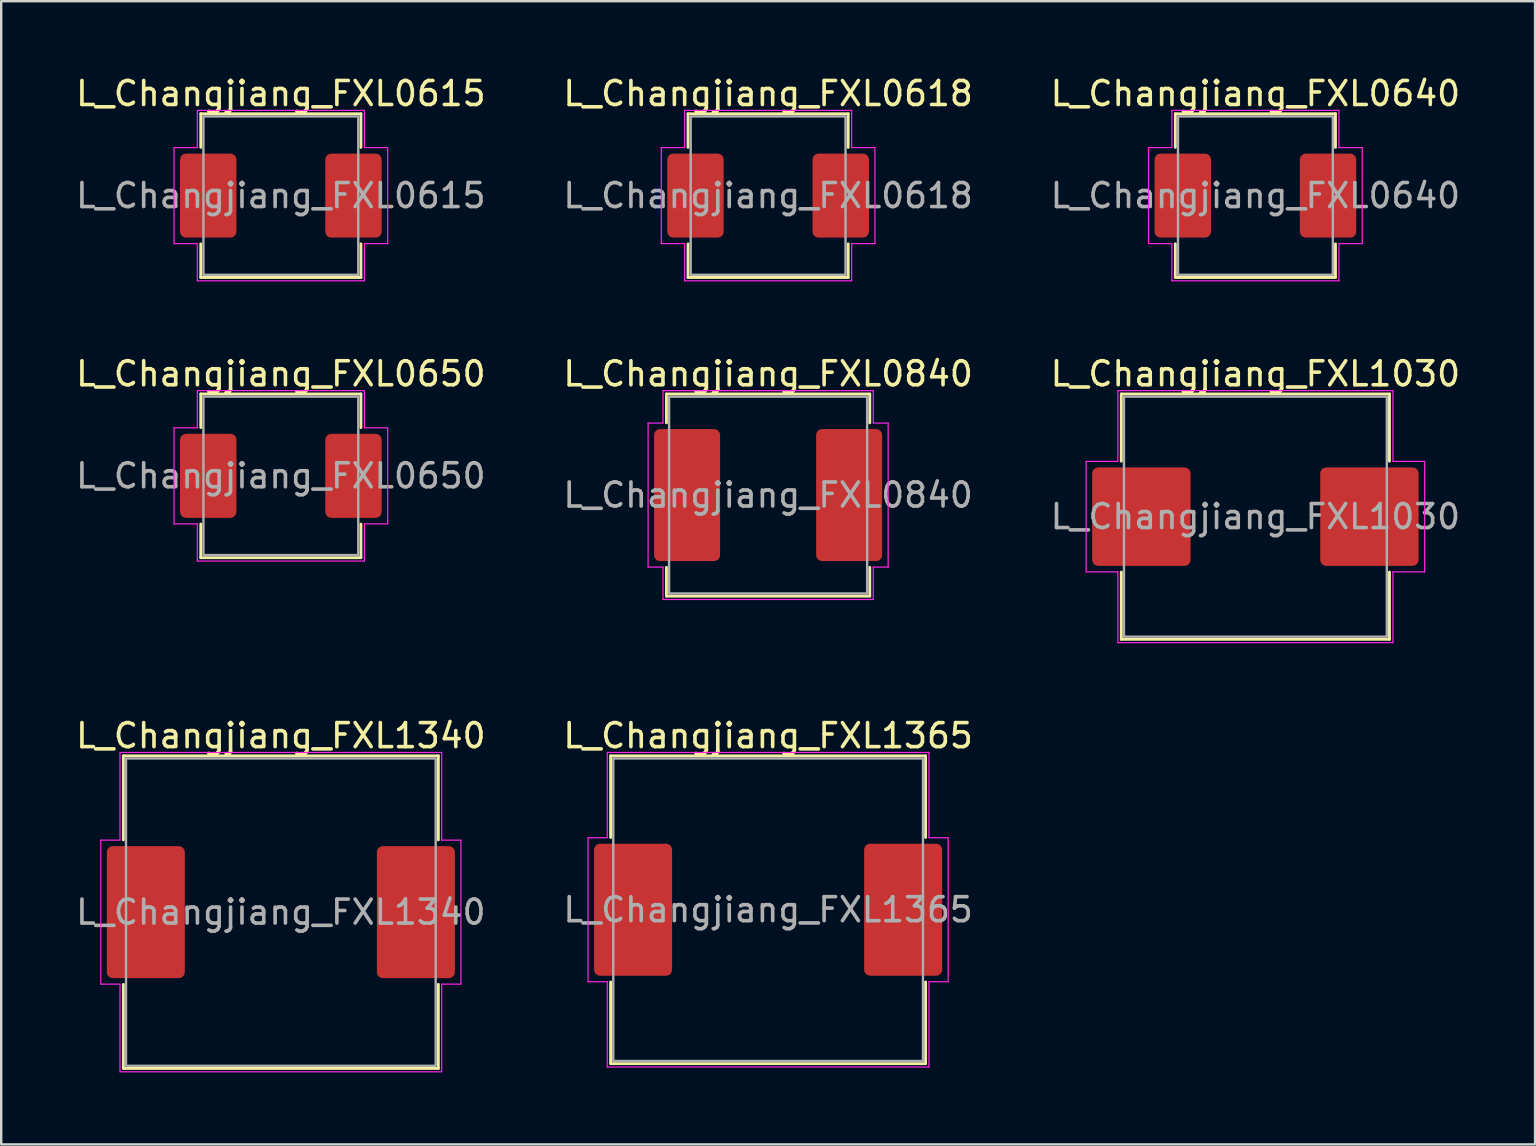
<source format=kicad_pcb>
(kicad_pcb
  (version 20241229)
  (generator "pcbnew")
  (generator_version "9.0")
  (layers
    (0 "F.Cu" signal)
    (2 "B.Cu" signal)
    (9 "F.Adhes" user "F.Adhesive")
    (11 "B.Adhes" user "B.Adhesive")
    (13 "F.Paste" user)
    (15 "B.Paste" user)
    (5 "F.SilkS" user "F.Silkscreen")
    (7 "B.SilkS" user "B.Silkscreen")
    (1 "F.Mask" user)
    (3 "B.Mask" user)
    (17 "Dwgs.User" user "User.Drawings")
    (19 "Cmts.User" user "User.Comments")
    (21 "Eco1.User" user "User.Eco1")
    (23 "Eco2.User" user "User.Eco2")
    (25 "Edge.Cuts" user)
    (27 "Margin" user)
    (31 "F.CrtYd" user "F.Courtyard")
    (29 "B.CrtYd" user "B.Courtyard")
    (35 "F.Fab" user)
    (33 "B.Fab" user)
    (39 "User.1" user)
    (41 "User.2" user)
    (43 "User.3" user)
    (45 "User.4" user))
  (footprint "L_Changjiang_FXL0840"
    (layer "F.Cu")
    (at 28.946 17.572)
    (property "Reference" "L_Changjiang_FXL0840" (at 0 -5.05 0) (layer "F.SilkS") (effects (font (size 1 1) (thickness 0.15))))
    (attr smd)
    (fp_line (start -4.235 -4.21) (end 4.235 -4.21) (stroke (width 0.12) (type solid)) (layer "F.SilkS"))
    (fp_line (start -4.235 -3.01) (end -4.235 -4.21) (stroke (width 0.12) (type solid)) (layer "F.SilkS"))
    (fp_line (start -4.235 4.21) (end -4.235 3.01) (stroke (width 0.12) (type solid)) (layer "F.SilkS"))
    (fp_line (start 4.235 -4.21) (end 4.235 -3.01) (stroke (width 0.12) (type solid)) (layer "F.SilkS"))
    (fp_line (start 4.235 3.01) (end 4.235 4.21) (stroke (width 0.12) (type solid)) (layer "F.SilkS"))
    (fp_line (start 4.235 4.21) (end -4.235 4.21) (stroke (width 0.12) (type solid)) (layer "F.SilkS"))
    (fp_line (start -5 -3) (end -4.38 -3) (stroke (width 0.05) (type solid)) (layer "F.CrtYd"))
    (fp_line (start -5 3) (end -5 -3) (stroke (width 0.05) (type solid)) (layer "F.CrtYd"))
    (fp_line (start -4.38 -4.35) (end 4.38 -4.35) (stroke (width 0.05) (type solid)) (layer "F.CrtYd"))
    (fp_line (start -4.38 -3) (end -4.38 -4.35) (stroke (width 0.05) (type solid)) (layer "F.CrtYd"))
    (fp_line (start -4.38 3) (end -5 3) (stroke (width 0.05) (type solid)) (layer "F.CrtYd"))
    (fp_line (start -4.38 4.35) (end -4.38 3) (stroke (width 0.05) (type solid)) (layer "F.CrtYd"))
    (fp_line (start 4.38 -4.35) (end 4.38 -3) (stroke (width 0.05) (type solid)) (layer "F.CrtYd"))
    (fp_line (start 4.38 -3) (end 5 -3) (stroke (width 0.05) (type solid)) (layer "F.CrtYd"))
    (fp_line (start 4.38 3) (end 4.38 4.35) (stroke (width 0.05) (type solid)) (layer "F.CrtYd"))
    (fp_line (start 4.38 4.35) (end -4.38 4.35) (stroke (width 0.05) (type solid)) (layer "F.CrtYd"))
    (fp_line (start 5 -3) (end 5 3) (stroke (width 0.05) (type solid)) (layer "F.CrtYd"))
    (fp_line (start 5 3) (end 4.38 3) (stroke (width 0.05) (type solid)) (layer "F.CrtYd"))
    (fp_rect (start -4.125 -4.1) (end 4.125 4.1) (stroke (width 0.1) (type solid)) (fill no) (layer "F.Fab"))
    (fp_text user "${REFERENCE}" (at 0 0 0) (layer "F.Fab") (effects (font (size 1 1) (thickness 0.15))))
    (pad "1" smd roundrect (at -3.375 0) (size 2.75 5.5) (layers "F.Cu" "F.Mask" "F.Paste") (roundrect_rratio 0.091))
    (pad "2" smd roundrect (at 3.375 0) (size 2.75 5.5) (layers "F.Cu" "F.Mask" "F.Paste") (roundrect_rratio 0.091)))
  (footprint "L_Changjiang_FXL0640"
    (layer "F.Cu")
    (at 49.244 5.098)
    (property "Reference" "L_Changjiang_FXL0640" (at 0 -4.25 0) (layer "F.SilkS") (effects (font (size 1 1) (thickness 0.15))))
    (attr smd)
    (fp_line (start -3.335 -3.41) (end 3.335 -3.41) (stroke (width 0.12) (type solid)) (layer "F.SilkS"))
    (fp_line (start -3.335 -2.01) (end -3.335 -3.41) (stroke (width 0.12) (type solid)) (layer "F.SilkS"))
    (fp_line (start -3.335 3.41) (end -3.335 2.01) (stroke (width 0.12) (type solid)) (layer "F.SilkS"))
    (fp_line (start 3.335 -3.41) (end 3.335 -2.01) (stroke (width 0.12) (type solid)) (layer "F.SilkS"))
    (fp_line (start 3.335 2.01) (end 3.335 3.41) (stroke (width 0.12) (type solid)) (layer "F.SilkS"))
    (fp_line (start 3.335 3.41) (end -3.335 3.41) (stroke (width 0.12) (type solid)) (layer "F.SilkS"))
    (fp_line (start -4.45 -2) (end -3.48 -2) (stroke (width 0.05) (type solid)) (layer "F.CrtYd"))
    (fp_line (start -4.45 2) (end -4.45 -2) (stroke (width 0.05) (type solid)) (layer "F.CrtYd"))
    (fp_line (start -3.48 -3.55) (end 3.48 -3.55) (stroke (width 0.05) (type solid)) (layer "F.CrtYd"))
    (fp_line (start -3.48 -2) (end -3.48 -3.55) (stroke (width 0.05) (type solid)) (layer "F.CrtYd"))
    (fp_line (start -3.48 2) (end -4.45 2) (stroke (width 0.05) (type solid)) (layer "F.CrtYd"))
    (fp_line (start -3.48 3.55) (end -3.48 2) (stroke (width 0.05) (type solid)) (layer "F.CrtYd"))
    (fp_line (start 3.48 -3.55) (end 3.48 -2) (stroke (width 0.05) (type solid)) (layer "F.CrtYd"))
    (fp_line (start 3.48 -2) (end 4.45 -2) (stroke (width 0.05) (type solid)) (layer "F.CrtYd"))
    (fp_line (start 3.48 2) (end 3.48 3.55) (stroke (width 0.05) (type solid)) (layer "F.CrtYd"))
    (fp_line (start 3.48 3.55) (end -3.48 3.55) (stroke (width 0.05) (type solid)) (layer "F.CrtYd"))
    (fp_line (start 4.45 -2) (end 4.45 2) (stroke (width 0.05) (type solid)) (layer "F.CrtYd"))
    (fp_line (start 4.45 2) (end 3.48 2) (stroke (width 0.05) (type solid)) (layer "F.CrtYd"))
    (fp_rect (start -3.225 -3.3) (end 3.225 3.3) (stroke (width 0.1) (type solid)) (fill no) (layer "F.Fab"))
    (fp_text user "${REFERENCE}" (at 0 0 0) (layer "F.Fab") (effects (font (size 1 1) (thickness 0.15))))
    (pad "1" smd roundrect (at -3.025 0) (size 2.35 3.5) (layers "F.Cu" "F.Mask" "F.Paste") (roundrect_rratio 0.106))
    (pad "2" smd roundrect (at 3.025 0) (size 2.35 3.5) (layers "F.Cu" "F.Mask" "F.Paste") (roundrect_rratio 0.106)))
  (footprint "L_Changjiang_FXL1365"
    (layer "F.Cu")
    (at 28.946 34.845)
    (property "Reference" "L_Changjiang_FXL1365" (at 0 -7.25 0) (layer "F.SilkS") (effects (font (size 1 1) (thickness 0.15))))
    (attr smd)
    (fp_line (start -6.56 -6.41) (end 6.56 -6.41) (stroke (width 0.12) (type solid)) (layer "F.SilkS"))
    (fp_line (start -6.56 -3.01) (end -6.56 -6.41) (stroke (width 0.12) (type solid)) (layer "F.SilkS"))
    (fp_line (start -6.56 6.41) (end -6.56 3.01) (stroke (width 0.12) (type solid)) (layer "F.SilkS"))
    (fp_line (start 6.56 -6.41) (end 6.56 -3.01) (stroke (width 0.12) (type solid)) (layer "F.SilkS"))
    (fp_line (start 6.56 3.01) (end 6.56 6.41) (stroke (width 0.12) (type solid)) (layer "F.SilkS"))
    (fp_line (start 6.56 6.41) (end -6.56 6.41) (stroke (width 0.12) (type solid)) (layer "F.SilkS"))
    (fp_line (start -7.5 -3) (end -6.7 -3) (stroke (width 0.05) (type solid)) (layer "F.CrtYd"))
    (fp_line (start -7.5 3) (end -7.5 -3) (stroke (width 0.05) (type solid)) (layer "F.CrtYd"))
    (fp_line (start -6.7 -6.55) (end 6.7 -6.55) (stroke (width 0.05) (type solid)) (layer "F.CrtYd"))
    (fp_line (start -6.7 -3) (end -6.7 -6.55) (stroke (width 0.05) (type solid)) (layer "F.CrtYd"))
    (fp_line (start -6.7 3) (end -7.5 3) (stroke (width 0.05) (type solid)) (layer "F.CrtYd"))
    (fp_line (start -6.7 6.55) (end -6.7 3) (stroke (width 0.05) (type solid)) (layer "F.CrtYd"))
    (fp_line (start 6.7 -6.55) (end 6.7 -3) (stroke (width 0.05) (type solid)) (layer "F.CrtYd"))
    (fp_line (start 6.7 -3) (end 7.5 -3) (stroke (width 0.05) (type solid)) (layer "F.CrtYd"))
    (fp_line (start 6.7 3) (end 6.7 6.55) (stroke (width 0.05) (type solid)) (layer "F.CrtYd"))
    (fp_line (start 6.7 6.55) (end -6.7 6.55) (stroke (width 0.05) (type solid)) (layer "F.CrtYd"))
    (fp_line (start 7.5 -3) (end 7.5 3) (stroke (width 0.05) (type solid)) (layer "F.CrtYd"))
    (fp_line (start 7.5 3) (end 6.7 3) (stroke (width 0.05) (type solid)) (layer "F.CrtYd"))
    (fp_rect (start -6.45 -6.3) (end 6.45 6.3) (stroke (width 0.1) (type solid)) (fill no) (layer "F.Fab"))
    (fp_text user "${REFERENCE}" (at 0 0 0) (layer "F.Fab") (effects (font (size 1 1) (thickness 0.15))))
    (pad "1" smd roundrect (at -5.625 0) (size 3.25 5.5) (layers "F.Cu" "F.Mask" "F.Paste") (roundrect_rratio 0.077))
    (pad "2" smd roundrect (at 5.625 0) (size 3.25 5.5) (layers "F.Cu" "F.Mask" "F.Paste") (roundrect_rratio 0.077)))
  (footprint "L_Changjiang_FXL0615"
    (layer "F.Cu")
    (at 8.649 5.098)
    (property "Reference" "L_Changjiang_FXL0615" (at 0 -4.25 0) (layer "F.SilkS") (effects (font (size 1 1) (thickness 0.15))))
    (attr smd)
    (fp_line (start -3.335 -3.41) (end 3.335 -3.41) (stroke (width 0.12) (type solid)) (layer "F.SilkS"))
    (fp_line (start -3.335 -2.01) (end -3.335 -3.41) (stroke (width 0.12) (type solid)) (layer "F.SilkS"))
    (fp_line (start -3.335 3.41) (end -3.335 2.01) (stroke (width 0.12) (type solid)) (layer "F.SilkS"))
    (fp_line (start 3.335 -3.41) (end 3.335 -2.01) (stroke (width 0.12) (type solid)) (layer "F.SilkS"))
    (fp_line (start 3.335 2.01) (end 3.335 3.41) (stroke (width 0.12) (type solid)) (layer "F.SilkS"))
    (fp_line (start 3.335 3.41) (end -3.335 3.41) (stroke (width 0.12) (type solid)) (layer "F.SilkS"))
    (fp_line (start -4.45 -2) (end -3.48 -2) (stroke (width 0.05) (type solid)) (layer "F.CrtYd"))
    (fp_line (start -4.45 2) (end -4.45 -2) (stroke (width 0.05) (type solid)) (layer "F.CrtYd"))
    (fp_line (start -3.48 -3.55) (end 3.48 -3.55) (stroke (width 0.05) (type solid)) (layer "F.CrtYd"))
    (fp_line (start -3.48 -2) (end -3.48 -3.55) (stroke (width 0.05) (type solid)) (layer "F.CrtYd"))
    (fp_line (start -3.48 2) (end -4.45 2) (stroke (width 0.05) (type solid)) (layer "F.CrtYd"))
    (fp_line (start -3.48 3.55) (end -3.48 2) (stroke (width 0.05) (type solid)) (layer "F.CrtYd"))
    (fp_line (start 3.48 -3.55) (end 3.48 -2) (stroke (width 0.05) (type solid)) (layer "F.CrtYd"))
    (fp_line (start 3.48 -2) (end 4.45 -2) (stroke (width 0.05) (type solid)) (layer "F.CrtYd"))
    (fp_line (start 3.48 2) (end 3.48 3.55) (stroke (width 0.05) (type solid)) (layer "F.CrtYd"))
    (fp_line (start 3.48 3.55) (end -3.48 3.55) (stroke (width 0.05) (type solid)) (layer "F.CrtYd"))
    (fp_line (start 4.45 -2) (end 4.45 2) (stroke (width 0.05) (type solid)) (layer "F.CrtYd"))
    (fp_line (start 4.45 2) (end 3.48 2) (stroke (width 0.05) (type solid)) (layer "F.CrtYd"))
    (fp_rect (start -3.225 -3.3) (end 3.225 3.3) (stroke (width 0.1) (type solid)) (fill no) (layer "F.Fab"))
    (fp_text user "${REFERENCE}" (at 0 0 0) (layer "F.Fab") (effects (font (size 1 1) (thickness 0.15))))
    (pad "1" smd roundrect (at -3.025 0) (size 2.35 3.5) (layers "F.Cu" "F.Mask" "F.Paste") (roundrect_rratio 0.106))
    (pad "2" smd roundrect (at 3.025 0) (size 2.35 3.5) (layers "F.Cu" "F.Mask" "F.Paste") (roundrect_rratio 0.106)))
  (footprint "L_Changjiang_FXL1340"
    (layer "F.Cu")
    (at 8.649 34.945)
    (property "Reference" "L_Changjiang_FXL1340" (at 0 -7.35 0) (layer "F.SilkS") (effects (font (size 1 1) (thickness 0.15))))
    (attr smd)
    (fp_line (start -6.56 -6.51) (end 6.56 -6.51) (stroke (width 0.12) (type solid)) (layer "F.SilkS"))
    (fp_line (start -6.56 -3.01) (end -6.56 -6.51) (stroke (width 0.12) (type solid)) (layer "F.SilkS"))
    (fp_line (start -6.56 6.51) (end -6.56 3.01) (stroke (width 0.12) (type solid)) (layer "F.SilkS"))
    (fp_line (start 6.56 -6.51) (end 6.56 -3.01) (stroke (width 0.12) (type solid)) (layer "F.SilkS"))
    (fp_line (start 6.56 3.01) (end 6.56 6.51) (stroke (width 0.12) (type solid)) (layer "F.SilkS"))
    (fp_line (start 6.56 6.51) (end -6.56 6.51) (stroke (width 0.12) (type solid)) (layer "F.SilkS"))
    (fp_line (start -7.5 -3) (end -6.7 -3) (stroke (width 0.05) (type solid)) (layer "F.CrtYd"))
    (fp_line (start -7.5 3) (end -7.5 -3) (stroke (width 0.05) (type solid)) (layer "F.CrtYd"))
    (fp_line (start -6.7 -6.65) (end 6.7 -6.65) (stroke (width 0.05) (type solid)) (layer "F.CrtYd"))
    (fp_line (start -6.7 -3) (end -6.7 -6.65) (stroke (width 0.05) (type solid)) (layer "F.CrtYd"))
    (fp_line (start -6.7 3) (end -7.5 3) (stroke (width 0.05) (type solid)) (layer "F.CrtYd"))
    (fp_line (start -6.7 6.65) (end -6.7 3) (stroke (width 0.05) (type solid)) (layer "F.CrtYd"))
    (fp_line (start 6.7 -6.65) (end 6.7 -3) (stroke (width 0.05) (type solid)) (layer "F.CrtYd"))
    (fp_line (start 6.7 -3) (end 7.5 -3) (stroke (width 0.05) (type solid)) (layer "F.CrtYd"))
    (fp_line (start 6.7 3) (end 6.7 6.65) (stroke (width 0.05) (type solid)) (layer "F.CrtYd"))
    (fp_line (start 6.7 6.65) (end -6.7 6.65) (stroke (width 0.05) (type solid)) (layer "F.CrtYd"))
    (fp_line (start 7.5 -3) (end 7.5 3) (stroke (width 0.05) (type solid)) (layer "F.CrtYd"))
    (fp_line (start 7.5 3) (end 6.7 3) (stroke (width 0.05) (type solid)) (layer "F.CrtYd"))
    (fp_rect (start -6.45 -6.4) (end 6.45 6.4) (stroke (width 0.1) (type solid)) (fill no) (layer "F.Fab"))
    (fp_text user "${REFERENCE}" (at 0 0 0) (layer "F.Fab") (effects (font (size 1 1) (thickness 0.15))))
    (pad "1" smd roundrect (at -5.625 0) (size 3.25 5.5) (layers "F.Cu" "F.Mask" "F.Paste") (roundrect_rratio 0.077))
    (pad "2" smd roundrect (at 5.625 0) (size 3.25 5.5) (layers "F.Cu" "F.Mask" "F.Paste") (roundrect_rratio 0.077)))
  (footprint "L_Changjiang_FXL1030"
    (layer "F.Cu")
    (at 49.244 18.471)
    (property "Reference" "L_Changjiang_FXL1030" (at 0 -5.95 0) (layer "F.SilkS") (effects (font (size 1 1) (thickness 0.15))))
    (attr smd)
    (fp_line (start -5.585 -5.11) (end 5.585 -5.11) (stroke (width 0.12) (type solid)) (layer "F.SilkS"))
    (fp_line (start -5.585 -2.31) (end -5.585 -5.11) (stroke (width 0.12) (type solid)) (layer "F.SilkS"))
    (fp_line (start -5.585 5.11) (end -5.585 2.31) (stroke (width 0.12) (type solid)) (layer "F.SilkS"))
    (fp_line (start 5.585 -5.11) (end 5.585 -2.31) (stroke (width 0.12) (type solid)) (layer "F.SilkS"))
    (fp_line (start 5.585 2.31) (end 5.585 5.11) (stroke (width 0.12) (type solid)) (layer "F.SilkS"))
    (fp_line (start 5.585 5.11) (end -5.585 5.11) (stroke (width 0.12) (type solid)) (layer "F.SilkS"))
    (fp_line (start -7.05 -2.3) (end -5.73 -2.3) (stroke (width 0.05) (type solid)) (layer "F.CrtYd"))
    (fp_line (start -7.05 2.3) (end -7.05 -2.3) (stroke (width 0.05) (type solid)) (layer "F.CrtYd"))
    (fp_line (start -5.73 -5.25) (end 5.73 -5.25) (stroke (width 0.05) (type solid)) (layer "F.CrtYd"))
    (fp_line (start -5.73 -2.3) (end -5.73 -5.25) (stroke (width 0.05) (type solid)) (layer "F.CrtYd"))
    (fp_line (start -5.73 2.3) (end -7.05 2.3) (stroke (width 0.05) (type solid)) (layer "F.CrtYd"))
    (fp_line (start -5.73 5.25) (end -5.73 2.3) (stroke (width 0.05) (type solid)) (layer "F.CrtYd"))
    (fp_line (start 5.73 -5.25) (end 5.73 -2.3) (stroke (width 0.05) (type solid)) (layer "F.CrtYd"))
    (fp_line (start 5.73 -2.3) (end 7.05 -2.3) (stroke (width 0.05) (type solid)) (layer "F.CrtYd"))
    (fp_line (start 5.73 2.3) (end 5.73 5.25) (stroke (width 0.05) (type solid)) (layer "F.CrtYd"))
    (fp_line (start 5.73 5.25) (end -5.73 5.25) (stroke (width 0.05) (type solid)) (layer "F.CrtYd"))
    (fp_line (start 7.05 -2.3) (end 7.05 2.3) (stroke (width 0.05) (type solid)) (layer "F.CrtYd"))
    (fp_line (start 7.05 2.3) (end 5.73 2.3) (stroke (width 0.05) (type solid)) (layer "F.CrtYd"))
    (fp_rect (start -5.475 -5) (end 5.475 5) (stroke (width 0.1) (type solid)) (fill no) (layer "F.Fab"))
    (fp_text user "${REFERENCE}" (at 0 0 0) (layer "F.Fab") (effects (font (size 1 1) (thickness 0.15))))
    (pad "1" smd roundrect (at -4.75 0) (size 4.1 4.1) (layers "F.Cu" "F.Mask" "F.Paste") (roundrect_rratio 0.061))
    (pad "2" smd roundrect (at 4.75 0) (size 4.1 4.1) (layers "F.Cu" "F.Mask" "F.Paste") (roundrect_rratio 0.061)))
  (footprint "L_Changjiang_FXL0618"
    (layer "F.Cu")
    (at 28.946 5.098)
    (property "Reference" "L_Changjiang_FXL0618" (at 0 -4.25 0) (layer "F.SilkS") (effects (font (size 1 1) (thickness 0.15))))
    (attr smd)
    (fp_line (start -3.335 -3.41) (end 3.335 -3.41) (stroke (width 0.12) (type solid)) (layer "F.SilkS"))
    (fp_line (start -3.335 -2.01) (end -3.335 -3.41) (stroke (width 0.12) (type solid)) (layer "F.SilkS"))
    (fp_line (start -3.335 3.41) (end -3.335 2.01) (stroke (width 0.12) (type solid)) (layer "F.SilkS"))
    (fp_line (start 3.335 -3.41) (end 3.335 -2.01) (stroke (width 0.12) (type solid)) (layer "F.SilkS"))
    (fp_line (start 3.335 2.01) (end 3.335 3.41) (stroke (width 0.12) (type solid)) (layer "F.SilkS"))
    (fp_line (start 3.335 3.41) (end -3.335 3.41) (stroke (width 0.12) (type solid)) (layer "F.SilkS"))
    (fp_line (start -4.45 -2) (end -3.48 -2) (stroke (width 0.05) (type solid)) (layer "F.CrtYd"))
    (fp_line (start -4.45 2) (end -4.45 -2) (stroke (width 0.05) (type solid)) (layer "F.CrtYd"))
    (fp_line (start -3.48 -3.55) (end 3.48 -3.55) (stroke (width 0.05) (type solid)) (layer "F.CrtYd"))
    (fp_line (start -3.48 -2) (end -3.48 -3.55) (stroke (width 0.05) (type solid)) (layer "F.CrtYd"))
    (fp_line (start -3.48 2) (end -4.45 2) (stroke (width 0.05) (type solid)) (layer "F.CrtYd"))
    (fp_line (start -3.48 3.55) (end -3.48 2) (stroke (width 0.05) (type solid)) (layer "F.CrtYd"))
    (fp_line (start 3.48 -3.55) (end 3.48 -2) (stroke (width 0.05) (type solid)) (layer "F.CrtYd"))
    (fp_line (start 3.48 -2) (end 4.45 -2) (stroke (width 0.05) (type solid)) (layer "F.CrtYd"))
    (fp_line (start 3.48 2) (end 3.48 3.55) (stroke (width 0.05) (type solid)) (layer "F.CrtYd"))
    (fp_line (start 3.48 3.55) (end -3.48 3.55) (stroke (width 0.05) (type solid)) (layer "F.CrtYd"))
    (fp_line (start 4.45 -2) (end 4.45 2) (stroke (width 0.05) (type solid)) (layer "F.CrtYd"))
    (fp_line (start 4.45 2) (end 3.48 2) (stroke (width 0.05) (type solid)) (layer "F.CrtYd"))
    (fp_rect (start -3.225 -3.3) (end 3.225 3.3) (stroke (width 0.1) (type solid)) (fill no) (layer "F.Fab"))
    (fp_text user "${REFERENCE}" (at 0 0 0) (layer "F.Fab") (effects (font (size 1 1) (thickness 0.15))))
    (pad "1" smd roundrect (at -3.025 0) (size 2.35 3.5) (layers "F.Cu" "F.Mask" "F.Paste") (roundrect_rratio 0.106))
    (pad "2" smd roundrect (at 3.025 0) (size 2.35 3.5) (layers "F.Cu" "F.Mask" "F.Paste") (roundrect_rratio 0.106)))
  (footprint "L_Changjiang_FXL0650"
    (layer "F.Cu")
    (at 8.649 16.771)
    (property "Reference" "L_Changjiang_FXL0650" (at 0 -4.25 0) (layer "F.SilkS") (effects (font (size 1 1) (thickness 0.15))))
    (attr smd)
    (fp_line (start -3.335 -3.41) (end 3.335 -3.41) (stroke (width 0.12) (type solid)) (layer "F.SilkS"))
    (fp_line (start -3.335 -2.01) (end -3.335 -3.41) (stroke (width 0.12) (type solid)) (layer "F.SilkS"))
    (fp_line (start -3.335 3.41) (end -3.335 2.01) (stroke (width 0.12) (type solid)) (layer "F.SilkS"))
    (fp_line (start 3.335 -3.41) (end 3.335 -2.01) (stroke (width 0.12) (type solid)) (layer "F.SilkS"))
    (fp_line (start 3.335 2.01) (end 3.335 3.41) (stroke (width 0.12) (type solid)) (layer "F.SilkS"))
    (fp_line (start 3.335 3.41) (end -3.335 3.41) (stroke (width 0.12) (type solid)) (layer "F.SilkS"))
    (fp_line (start -4.45 -2) (end -3.48 -2) (stroke (width 0.05) (type solid)) (layer "F.CrtYd"))
    (fp_line (start -4.45 2) (end -4.45 -2) (stroke (width 0.05) (type solid)) (layer "F.CrtYd"))
    (fp_line (start -3.48 -3.55) (end 3.48 -3.55) (stroke (width 0.05) (type solid)) (layer "F.CrtYd"))
    (fp_line (start -3.48 -2) (end -3.48 -3.55) (stroke (width 0.05) (type solid)) (layer "F.CrtYd"))
    (fp_line (start -3.48 2) (end -4.45 2) (stroke (width 0.05) (type solid)) (layer "F.CrtYd"))
    (fp_line (start -3.48 3.55) (end -3.48 2) (stroke (width 0.05) (type solid)) (layer "F.CrtYd"))
    (fp_line (start 3.48 -3.55) (end 3.48 -2) (stroke (width 0.05) (type solid)) (layer "F.CrtYd"))
    (fp_line (start 3.48 -2) (end 4.45 -2) (stroke (width 0.05) (type solid)) (layer "F.CrtYd"))
    (fp_line (start 3.48 2) (end 3.48 3.55) (stroke (width 0.05) (type solid)) (layer "F.CrtYd"))
    (fp_line (start 3.48 3.55) (end -3.48 3.55) (stroke (width 0.05) (type solid)) (layer "F.CrtYd"))
    (fp_line (start 4.45 -2) (end 4.45 2) (stroke (width 0.05) (type solid)) (layer "F.CrtYd"))
    (fp_line (start 4.45 2) (end 3.48 2) (stroke (width 0.05) (type solid)) (layer "F.CrtYd"))
    (fp_rect (start -3.225 -3.3) (end 3.225 3.3) (stroke (width 0.1) (type solid)) (fill no) (layer "F.Fab"))
    (fp_text user "${REFERENCE}" (at 0 0 0) (layer "F.Fab") (effects (font (size 1 1) (thickness 0.15))))
    (pad "1" smd roundrect (at -3.025 0) (size 2.35 3.5) (layers "F.Cu" "F.Mask" "F.Paste") (roundrect_rratio 0.106))
    (pad "2" smd roundrect (at 3.025 0) (size 2.35 3.5) (layers "F.Cu" "F.Mask" "F.Paste") (roundrect_rratio 0.106)))
  (gr_rect
    (start -3 -3)
    (end 60.893 44.62)
    (stroke (width 0.1) (type default))
    (fill no)
    (layer "Edge.Cuts")))
</source>
